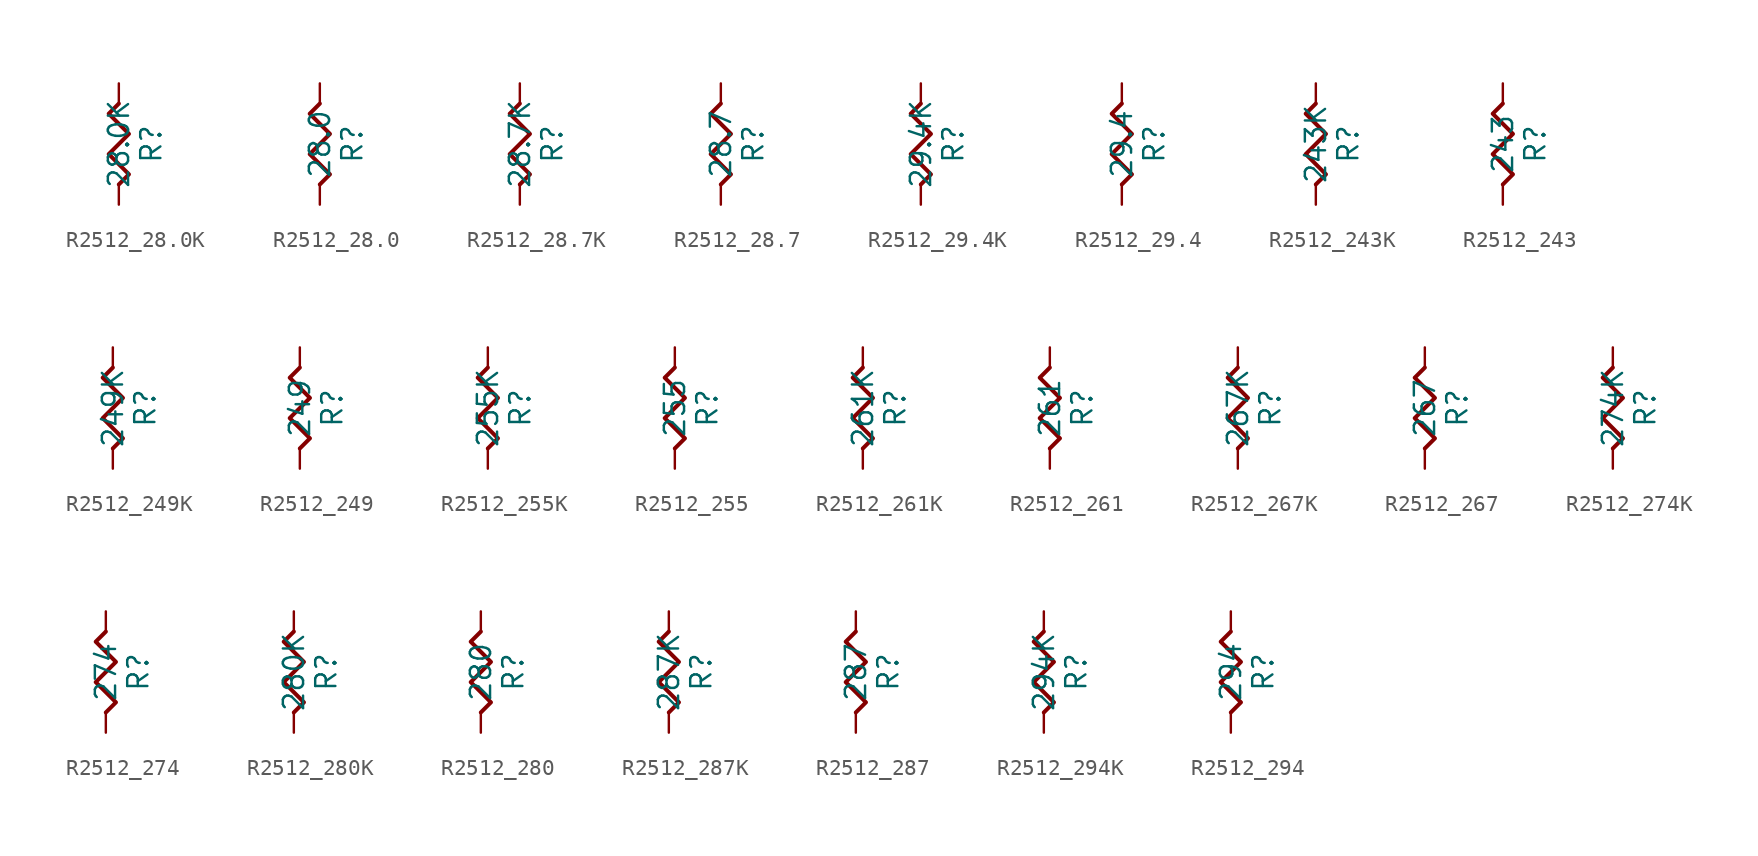
<source format=kicad_sym>
(kicad_symbol_lib
  (version 20211014)
  (generator atlantix-eda)
  (symbol "R2512_28.0K"
    (pin_numbers hide)
    (pin_names
      (offset 0))
    (property "Reference" "R"
      (at 2.032 0 90)
      (effects (font (size 1.27 1.27))))
    (property "Value" "28.0K"
      (at 0 0 90)
      (effects (font (size 1.27 1.27))))
    (symbol "R2512_28.0K_0_1"
      (polyline (pts (xy 0 -2.54) (xy 0.635 -1.905) (xy -0.635 -0.635) (xy 0.635 0.635) (xy -0.635 1.905) (xy 0 2.54)) (stroke (width 0.254) (type default) (color 0 0 0 0)) (fill (type none))))
    (symbol "R2512_28.0K_1_1"
      (pin passive line (at 0 3.81 270) (length 1.27) (name "~" (effects (font (size 1.27 1.27)))) (number "1" (effects (font (size 1.27 1.27)))))
      (pin passive line (at 0 -3.81 90) (length 1.27) (name "~" (effects (font (size 1.27 1.27)))) (number "2" (effects (font (size 1.27 1.27)))))))
  (symbol "R2512_28.0"
    (pin_numbers hide)
    (pin_names
      (offset 0))
    (property "Reference" "R"
      (at 2.032 0 90)
      (effects (font (size 1.27 1.27))))
    (property "Value" "28.0"
      (at 0 0 90)
      (effects (font (size 1.27 1.27))))
    (symbol "R2512_28.0_0_1"
      (polyline (pts (xy 0 -2.54) (xy 0.635 -1.905) (xy -0.635 -0.635) (xy 0.635 0.635) (xy -0.635 1.905) (xy 0 2.54)) (stroke (width 0.254) (type default) (color 0 0 0 0)) (fill (type none))))
    (symbol "R2512_28.0_1_1"
      (pin passive line (at 0 3.81 270) (length 1.27) (name "~" (effects (font (size 1.27 1.27)))) (number "1" (effects (font (size 1.27 1.27)))))
      (pin passive line (at 0 -3.81 90) (length 1.27) (name "~" (effects (font (size 1.27 1.27)))) (number "2" (effects (font (size 1.27 1.27)))))))
  (symbol "R2512_28.7K"
    (pin_numbers hide)
    (pin_names
      (offset 0))
    (property "Reference" "R"
      (at 2.032 0 90)
      (effects (font (size 1.27 1.27))))
    (property "Value" "28.7K"
      (at 0 0 90)
      (effects (font (size 1.27 1.27))))
    (symbol "R2512_28.7K_0_1"
      (polyline (pts (xy 0 -2.54) (xy 0.635 -1.905) (xy -0.635 -0.635) (xy 0.635 0.635) (xy -0.635 1.905) (xy 0 2.54)) (stroke (width 0.254) (type default) (color 0 0 0 0)) (fill (type none))))
    (symbol "R2512_28.7K_1_1"
      (pin passive line (at 0 3.81 270) (length 1.27) (name "~" (effects (font (size 1.27 1.27)))) (number "1" (effects (font (size 1.27 1.27)))))
      (pin passive line (at 0 -3.81 90) (length 1.27) (name "~" (effects (font (size 1.27 1.27)))) (number "2" (effects (font (size 1.27 1.27)))))))
  (symbol "R2512_28.7"
    (pin_numbers hide)
    (pin_names
      (offset 0))
    (property "Reference" "R"
      (at 2.032 0 90)
      (effects (font (size 1.27 1.27))))
    (property "Value" "28.7"
      (at 0 0 90)
      (effects (font (size 1.27 1.27))))
    (symbol "R2512_28.7_0_1"
      (polyline (pts (xy 0 -2.54) (xy 0.635 -1.905) (xy -0.635 -0.635) (xy 0.635 0.635) (xy -0.635 1.905) (xy 0 2.54)) (stroke (width 0.254) (type default) (color 0 0 0 0)) (fill (type none))))
    (symbol "R2512_28.7_1_1"
      (pin passive line (at 0 3.81 270) (length 1.27) (name "~" (effects (font (size 1.27 1.27)))) (number "1" (effects (font (size 1.27 1.27)))))
      (pin passive line (at 0 -3.81 90) (length 1.27) (name "~" (effects (font (size 1.27 1.27)))) (number "2" (effects (font (size 1.27 1.27)))))))
  (symbol "R2512_29.4K"
    (pin_numbers hide)
    (pin_names
      (offset 0))
    (property "Reference" "R"
      (at 2.032 0 90)
      (effects (font (size 1.27 1.27))))
    (property "Value" "29.4K"
      (at 0 0 90)
      (effects (font (size 1.27 1.27))))
    (symbol "R2512_29.4K_0_1"
      (polyline (pts (xy 0 -2.54) (xy 0.635 -1.905) (xy -0.635 -0.635) (xy 0.635 0.635) (xy -0.635 1.905) (xy 0 2.54)) (stroke (width 0.254) (type default) (color 0 0 0 0)) (fill (type none))))
    (symbol "R2512_29.4K_1_1"
      (pin passive line (at 0 3.81 270) (length 1.27) (name "~" (effects (font (size 1.27 1.27)))) (number "1" (effects (font (size 1.27 1.27)))))
      (pin passive line (at 0 -3.81 90) (length 1.27) (name "~" (effects (font (size 1.27 1.27)))) (number "2" (effects (font (size 1.27 1.27)))))))
  (symbol "R2512_29.4"
    (pin_numbers hide)
    (pin_names
      (offset 0))
    (property "Reference" "R"
      (at 2.032 0 90)
      (effects (font (size 1.27 1.27))))
    (property "Value" "29.4"
      (at 0 0 90)
      (effects (font (size 1.27 1.27))))
    (symbol "R2512_29.4_0_1"
      (polyline (pts (xy 0 -2.54) (xy 0.635 -1.905) (xy -0.635 -0.635) (xy 0.635 0.635) (xy -0.635 1.905) (xy 0 2.54)) (stroke (width 0.254) (type default) (color 0 0 0 0)) (fill (type none))))
    (symbol "R2512_29.4_1_1"
      (pin passive line (at 0 3.81 270) (length 1.27) (name "~" (effects (font (size 1.27 1.27)))) (number "1" (effects (font (size 1.27 1.27)))))
      (pin passive line (at 0 -3.81 90) (length 1.27) (name "~" (effects (font (size 1.27 1.27)))) (number "2" (effects (font (size 1.27 1.27)))))))
  (symbol "R2512_243K"
    (pin_numbers hide)
    (pin_names
      (offset 0))
    (property "Reference" "R"
      (at 2.032 0 90)
      (effects (font (size 1.27 1.27))))
    (property "Value" "243K"
      (at 0 0 90)
      (effects (font (size 1.27 1.27))))
    (symbol "R2512_243K_0_1"
      (polyline (pts (xy 0 -2.54) (xy 0.635 -1.905) (xy -0.635 -0.635) (xy 0.635 0.635) (xy -0.635 1.905) (xy 0 2.54)) (stroke (width 0.254) (type default) (color 0 0 0 0)) (fill (type none))))
    (symbol "R2512_243K_1_1"
      (pin passive line (at 0 3.81 270) (length 1.27) (name "~" (effects (font (size 1.27 1.27)))) (number "1" (effects (font (size 1.27 1.27)))))
      (pin passive line (at 0 -3.81 90) (length 1.27) (name "~" (effects (font (size 1.27 1.27)))) (number "2" (effects (font (size 1.27 1.27)))))))
  (symbol "R2512_243"
    (pin_numbers hide)
    (pin_names
      (offset 0))
    (property "Reference" "R"
      (at 2.032 0 90)
      (effects (font (size 1.27 1.27))))
    (property "Value" "243"
      (at 0 0 90)
      (effects (font (size 1.27 1.27))))
    (symbol "R2512_243_0_1"
      (polyline (pts (xy 0 -2.54) (xy 0.635 -1.905) (xy -0.635 -0.635) (xy 0.635 0.635) (xy -0.635 1.905) (xy 0 2.54)) (stroke (width 0.254) (type default) (color 0 0 0 0)) (fill (type none))))
    (symbol "R2512_243_1_1"
      (pin passive line (at 0 3.81 270) (length 1.27) (name "~" (effects (font (size 1.27 1.27)))) (number "1" (effects (font (size 1.27 1.27)))))
      (pin passive line (at 0 -3.81 90) (length 1.27) (name "~" (effects (font (size 1.27 1.27)))) (number "2" (effects (font (size 1.27 1.27)))))))
  (symbol "R2512_249K"
    (pin_numbers hide)
    (pin_names
      (offset 0))
    (property "Reference" "R"
      (at 2.032 0 90)
      (effects (font (size 1.27 1.27))))
    (property "Value" "249K"
      (at 0 0 90)
      (effects (font (size 1.27 1.27))))
    (symbol "R2512_249K_0_1"
      (polyline (pts (xy 0 -2.54) (xy 0.635 -1.905) (xy -0.635 -0.635) (xy 0.635 0.635) (xy -0.635 1.905) (xy 0 2.54)) (stroke (width 0.254) (type default) (color 0 0 0 0)) (fill (type none))))
    (symbol "R2512_249K_1_1"
      (pin passive line (at 0 3.81 270) (length 1.27) (name "~" (effects (font (size 1.27 1.27)))) (number "1" (effects (font (size 1.27 1.27)))))
      (pin passive line (at 0 -3.81 90) (length 1.27) (name "~" (effects (font (size 1.27 1.27)))) (number "2" (effects (font (size 1.27 1.27)))))))
  (symbol "R2512_249"
    (pin_numbers hide)
    (pin_names
      (offset 0))
    (property "Reference" "R"
      (at 2.032 0 90)
      (effects (font (size 1.27 1.27))))
    (property "Value" "249"
      (at 0 0 90)
      (effects (font (size 1.27 1.27))))
    (symbol "R2512_249_0_1"
      (polyline (pts (xy 0 -2.54) (xy 0.635 -1.905) (xy -0.635 -0.635) (xy 0.635 0.635) (xy -0.635 1.905) (xy 0 2.54)) (stroke (width 0.254) (type default) (color 0 0 0 0)) (fill (type none))))
    (symbol "R2512_249_1_1"
      (pin passive line (at 0 3.81 270) (length 1.27) (name "~" (effects (font (size 1.27 1.27)))) (number "1" (effects (font (size 1.27 1.27)))))
      (pin passive line (at 0 -3.81 90) (length 1.27) (name "~" (effects (font (size 1.27 1.27)))) (number "2" (effects (font (size 1.27 1.27)))))))
  (symbol "R2512_255K"
    (pin_numbers hide)
    (pin_names
      (offset 0))
    (property "Reference" "R"
      (at 2.032 0 90)
      (effects (font (size 1.27 1.27))))
    (property "Value" "255K"
      (at 0 0 90)
      (effects (font (size 1.27 1.27))))
    (symbol "R2512_255K_0_1"
      (polyline (pts (xy 0 -2.54) (xy 0.635 -1.905) (xy -0.635 -0.635) (xy 0.635 0.635) (xy -0.635 1.905) (xy 0 2.54)) (stroke (width 0.254) (type default) (color 0 0 0 0)) (fill (type none))))
    (symbol "R2512_255K_1_1"
      (pin passive line (at 0 3.81 270) (length 1.27) (name "~" (effects (font (size 1.27 1.27)))) (number "1" (effects (font (size 1.27 1.27)))))
      (pin passive line (at 0 -3.81 90) (length 1.27) (name "~" (effects (font (size 1.27 1.27)))) (number "2" (effects (font (size 1.27 1.27)))))))
  (symbol "R2512_255"
    (pin_numbers hide)
    (pin_names
      (offset 0))
    (property "Reference" "R"
      (at 2.032 0 90)
      (effects (font (size 1.27 1.27))))
    (property "Value" "255"
      (at 0 0 90)
      (effects (font (size 1.27 1.27))))
    (symbol "R2512_255_0_1"
      (polyline (pts (xy 0 -2.54) (xy 0.635 -1.905) (xy -0.635 -0.635) (xy 0.635 0.635) (xy -0.635 1.905) (xy 0 2.54)) (stroke (width 0.254) (type default) (color 0 0 0 0)) (fill (type none))))
    (symbol "R2512_255_1_1"
      (pin passive line (at 0 3.81 270) (length 1.27) (name "~" (effects (font (size 1.27 1.27)))) (number "1" (effects (font (size 1.27 1.27)))))
      (pin passive line (at 0 -3.81 90) (length 1.27) (name "~" (effects (font (size 1.27 1.27)))) (number "2" (effects (font (size 1.27 1.27)))))))
  (symbol "R2512_261K"
    (pin_numbers hide)
    (pin_names
      (offset 0))
    (property "Reference" "R"
      (at 2.032 0 90)
      (effects (font (size 1.27 1.27))))
    (property "Value" "261K"
      (at 0 0 90)
      (effects (font (size 1.27 1.27))))
    (symbol "R2512_261K_0_1"
      (polyline (pts (xy 0 -2.54) (xy 0.635 -1.905) (xy -0.635 -0.635) (xy 0.635 0.635) (xy -0.635 1.905) (xy 0 2.54)) (stroke (width 0.254) (type default) (color 0 0 0 0)) (fill (type none))))
    (symbol "R2512_261K_1_1"
      (pin passive line (at 0 3.81 270) (length 1.27) (name "~" (effects (font (size 1.27 1.27)))) (number "1" (effects (font (size 1.27 1.27)))))
      (pin passive line (at 0 -3.81 90) (length 1.27) (name "~" (effects (font (size 1.27 1.27)))) (number "2" (effects (font (size 1.27 1.27)))))))
  (symbol "R2512_261"
    (pin_numbers hide)
    (pin_names
      (offset 0))
    (property "Reference" "R"
      (at 2.032 0 90)
      (effects (font (size 1.27 1.27))))
    (property "Value" "261"
      (at 0 0 90)
      (effects (font (size 1.27 1.27))))
    (symbol "R2512_261_0_1"
      (polyline (pts (xy 0 -2.54) (xy 0.635 -1.905) (xy -0.635 -0.635) (xy 0.635 0.635) (xy -0.635 1.905) (xy 0 2.54)) (stroke (width 0.254) (type default) (color 0 0 0 0)) (fill (type none))))
    (symbol "R2512_261_1_1"
      (pin passive line (at 0 3.81 270) (length 1.27) (name "~" (effects (font (size 1.27 1.27)))) (number "1" (effects (font (size 1.27 1.27)))))
      (pin passive line (at 0 -3.81 90) (length 1.27) (name "~" (effects (font (size 1.27 1.27)))) (number "2" (effects (font (size 1.27 1.27)))))))
  (symbol "R2512_267K"
    (pin_numbers hide)
    (pin_names
      (offset 0))
    (property "Reference" "R"
      (at 2.032 0 90)
      (effects (font (size 1.27 1.27))))
    (property "Value" "267K"
      (at 0 0 90)
      (effects (font (size 1.27 1.27))))
    (symbol "R2512_267K_0_1"
      (polyline (pts (xy 0 -2.54) (xy 0.635 -1.905) (xy -0.635 -0.635) (xy 0.635 0.635) (xy -0.635 1.905) (xy 0 2.54)) (stroke (width 0.254) (type default) (color 0 0 0 0)) (fill (type none))))
    (symbol "R2512_267K_1_1"
      (pin passive line (at 0 3.81 270) (length 1.27) (name "~" (effects (font (size 1.27 1.27)))) (number "1" (effects (font (size 1.27 1.27)))))
      (pin passive line (at 0 -3.81 90) (length 1.27) (name "~" (effects (font (size 1.27 1.27)))) (number "2" (effects (font (size 1.27 1.27)))))))
  (symbol "R2512_267"
    (pin_numbers hide)
    (pin_names
      (offset 0))
    (property "Reference" "R"
      (at 2.032 0 90)
      (effects (font (size 1.27 1.27))))
    (property "Value" "267"
      (at 0 0 90)
      (effects (font (size 1.27 1.27))))
    (symbol "R2512_267_0_1"
      (polyline (pts (xy 0 -2.54) (xy 0.635 -1.905) (xy -0.635 -0.635) (xy 0.635 0.635) (xy -0.635 1.905) (xy 0 2.54)) (stroke (width 0.254) (type default) (color 0 0 0 0)) (fill (type none))))
    (symbol "R2512_267_1_1"
      (pin passive line (at 0 3.81 270) (length 1.27) (name "~" (effects (font (size 1.27 1.27)))) (number "1" (effects (font (size 1.27 1.27)))))
      (pin passive line (at 0 -3.81 90) (length 1.27) (name "~" (effects (font (size 1.27 1.27)))) (number "2" (effects (font (size 1.27 1.27)))))))
  (symbol "R2512_274K"
    (pin_numbers hide)
    (pin_names
      (offset 0))
    (property "Reference" "R"
      (at 2.032 0 90)
      (effects (font (size 1.27 1.27))))
    (property "Value" "274K"
      (at 0 0 90)
      (effects (font (size 1.27 1.27))))
    (symbol "R2512_274K_0_1"
      (polyline (pts (xy 0 -2.54) (xy 0.635 -1.905) (xy -0.635 -0.635) (xy 0.635 0.635) (xy -0.635 1.905) (xy 0 2.54)) (stroke (width 0.254) (type default) (color 0 0 0 0)) (fill (type none))))
    (symbol "R2512_274K_1_1"
      (pin passive line (at 0 3.81 270) (length 1.27) (name "~" (effects (font (size 1.27 1.27)))) (number "1" (effects (font (size 1.27 1.27)))))
      (pin passive line (at 0 -3.81 90) (length 1.27) (name "~" (effects (font (size 1.27 1.27)))) (number "2" (effects (font (size 1.27 1.27)))))))
  (symbol "R2512_274"
    (pin_numbers hide)
    (pin_names
      (offset 0))
    (property "Reference" "R"
      (at 2.032 0 90)
      (effects (font (size 1.27 1.27))))
    (property "Value" "274"
      (at 0 0 90)
      (effects (font (size 1.27 1.27))))
    (symbol "R2512_274_0_1"
      (polyline (pts (xy 0 -2.54) (xy 0.635 -1.905) (xy -0.635 -0.635) (xy 0.635 0.635) (xy -0.635 1.905) (xy 0 2.54)) (stroke (width 0.254) (type default) (color 0 0 0 0)) (fill (type none))))
    (symbol "R2512_274_1_1"
      (pin passive line (at 0 3.81 270) (length 1.27) (name "~" (effects (font (size 1.27 1.27)))) (number "1" (effects (font (size 1.27 1.27)))))
      (pin passive line (at 0 -3.81 90) (length 1.27) (name "~" (effects (font (size 1.27 1.27)))) (number "2" (effects (font (size 1.27 1.27)))))))
  (symbol "R2512_280K"
    (pin_numbers hide)
    (pin_names
      (offset 0))
    (property "Reference" "R"
      (at 2.032 0 90)
      (effects (font (size 1.27 1.27))))
    (property "Value" "280K"
      (at 0 0 90)
      (effects (font (size 1.27 1.27))))
    (symbol "R2512_280K_0_1"
      (polyline (pts (xy 0 -2.54) (xy 0.635 -1.905) (xy -0.635 -0.635) (xy 0.635 0.635) (xy -0.635 1.905) (xy 0 2.54)) (stroke (width 0.254) (type default) (color 0 0 0 0)) (fill (type none))))
    (symbol "R2512_280K_1_1"
      (pin passive line (at 0 3.81 270) (length 1.27) (name "~" (effects (font (size 1.27 1.27)))) (number "1" (effects (font (size 1.27 1.27)))))
      (pin passive line (at 0 -3.81 90) (length 1.27) (name "~" (effects (font (size 1.27 1.27)))) (number "2" (effects (font (size 1.27 1.27)))))))
  (symbol "R2512_280"
    (pin_numbers hide)
    (pin_names
      (offset 0))
    (property "Reference" "R"
      (at 2.032 0 90)
      (effects (font (size 1.27 1.27))))
    (property "Value" "280"
      (at 0 0 90)
      (effects (font (size 1.27 1.27))))
    (symbol "R2512_280_0_1"
      (polyline (pts (xy 0 -2.54) (xy 0.635 -1.905) (xy -0.635 -0.635) (xy 0.635 0.635) (xy -0.635 1.905) (xy 0 2.54)) (stroke (width 0.254) (type default) (color 0 0 0 0)) (fill (type none))))
    (symbol "R2512_280_1_1"
      (pin passive line (at 0 3.81 270) (length 1.27) (name "~" (effects (font (size 1.27 1.27)))) (number "1" (effects (font (size 1.27 1.27)))))
      (pin passive line (at 0 -3.81 90) (length 1.27) (name "~" (effects (font (size 1.27 1.27)))) (number "2" (effects (font (size 1.27 1.27)))))))
  (symbol "R2512_287K"
    (pin_numbers hide)
    (pin_names
      (offset 0))
    (property "Reference" "R"
      (at 2.032 0 90)
      (effects (font (size 1.27 1.27))))
    (property "Value" "287K"
      (at 0 0 90)
      (effects (font (size 1.27 1.27))))
    (symbol "R2512_287K_0_1"
      (polyline (pts (xy 0 -2.54) (xy 0.635 -1.905) (xy -0.635 -0.635) (xy 0.635 0.635) (xy -0.635 1.905) (xy 0 2.54)) (stroke (width 0.254) (type default) (color 0 0 0 0)) (fill (type none))))
    (symbol "R2512_287K_1_1"
      (pin passive line (at 0 3.81 270) (length 1.27) (name "~" (effects (font (size 1.27 1.27)))) (number "1" (effects (font (size 1.27 1.27)))))
      (pin passive line (at 0 -3.81 90) (length 1.27) (name "~" (effects (font (size 1.27 1.27)))) (number "2" (effects (font (size 1.27 1.27)))))))
  (symbol "R2512_287"
    (pin_numbers hide)
    (pin_names
      (offset 0))
    (property "Reference" "R"
      (at 2.032 0 90)
      (effects (font (size 1.27 1.27))))
    (property "Value" "287"
      (at 0 0 90)
      (effects (font (size 1.27 1.27))))
    (symbol "R2512_287_0_1"
      (polyline (pts (xy 0 -2.54) (xy 0.635 -1.905) (xy -0.635 -0.635) (xy 0.635 0.635) (xy -0.635 1.905) (xy 0 2.54)) (stroke (width 0.254) (type default) (color 0 0 0 0)) (fill (type none))))
    (symbol "R2512_287_1_1"
      (pin passive line (at 0 3.81 270) (length 1.27) (name "~" (effects (font (size 1.27 1.27)))) (number "1" (effects (font (size 1.27 1.27)))))
      (pin passive line (at 0 -3.81 90) (length 1.27) (name "~" (effects (font (size 1.27 1.27)))) (number "2" (effects (font (size 1.27 1.27)))))))
  (symbol "R2512_294K"
    (pin_numbers hide)
    (pin_names
      (offset 0))
    (property "Reference" "R"
      (at 2.032 0 90)
      (effects (font (size 1.27 1.27))))
    (property "Value" "294K"
      (at 0 0 90)
      (effects (font (size 1.27 1.27))))
    (symbol "R2512_294K_0_1"
      (polyline (pts (xy 0 -2.54) (xy 0.635 -1.905) (xy -0.635 -0.635) (xy 0.635 0.635) (xy -0.635 1.905) (xy 0 2.54)) (stroke (width 0.254) (type default) (color 0 0 0 0)) (fill (type none))))
    (symbol "R2512_294K_1_1"
      (pin passive line (at 0 3.81 270) (length 1.27) (name "~" (effects (font (size 1.27 1.27)))) (number "1" (effects (font (size 1.27 1.27)))))
      (pin passive line (at 0 -3.81 90) (length 1.27) (name "~" (effects (font (size 1.27 1.27)))) (number "2" (effects (font (size 1.27 1.27)))))))
  (symbol "R2512_294"
    (pin_numbers hide)
    (pin_names
      (offset 0))
    (property "Reference" "R"
      (at 2.032 0 90)
      (effects (font (size 1.27 1.27))))
    (property "Value" "294"
      (at 0 0 90)
      (effects (font (size 1.27 1.27))))
    (symbol "R2512_294_0_1"
      (polyline (pts (xy 0 -2.54) (xy 0.635 -1.905) (xy -0.635 -0.635) (xy 0.635 0.635) (xy -0.635 1.905) (xy 0 2.54)) (stroke (width 0.254) (type default) (color 0 0 0 0)) (fill (type none))))
    (symbol "R2512_294_1_1"
      (pin passive line (at 0 3.81 270) (length 1.27) (name "~" (effects (font (size 1.27 1.27)))) (number "1" (effects (font (size 1.27 1.27)))))
      (pin passive line (at 0 -3.81 90) (length 1.27) (name "~" (effects (font (size 1.27 1.27)))) (number "2" (effects (font (size 1.27 1.27))))))))
</source>
